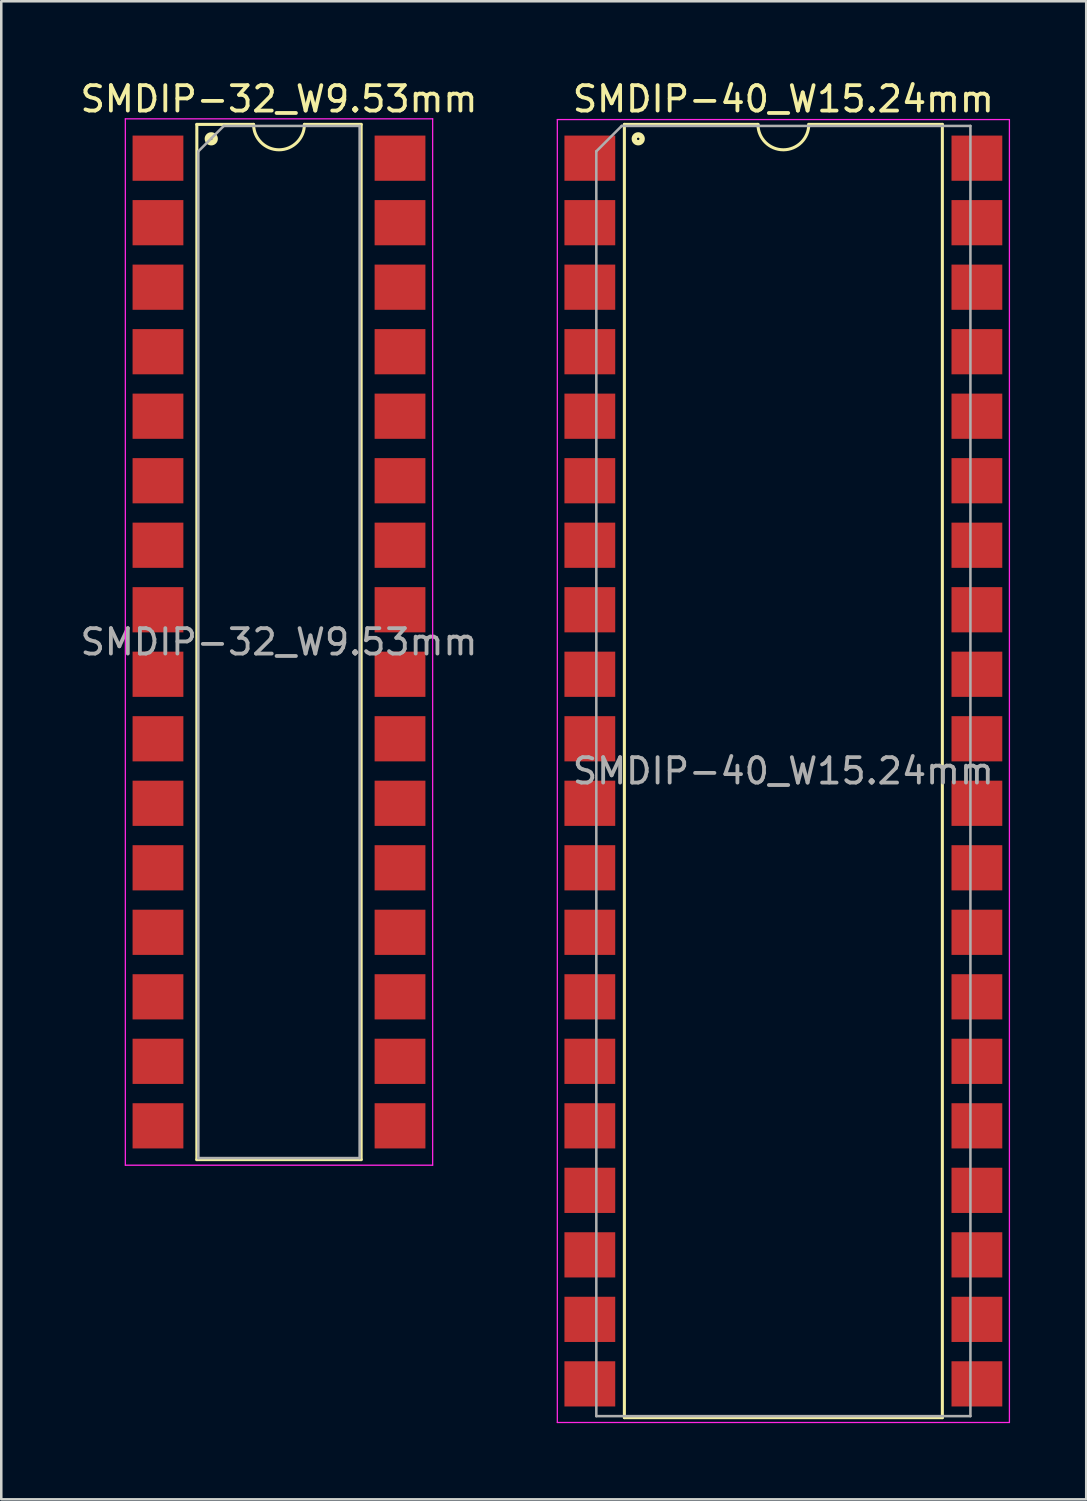
<source format=kicad_pcb>
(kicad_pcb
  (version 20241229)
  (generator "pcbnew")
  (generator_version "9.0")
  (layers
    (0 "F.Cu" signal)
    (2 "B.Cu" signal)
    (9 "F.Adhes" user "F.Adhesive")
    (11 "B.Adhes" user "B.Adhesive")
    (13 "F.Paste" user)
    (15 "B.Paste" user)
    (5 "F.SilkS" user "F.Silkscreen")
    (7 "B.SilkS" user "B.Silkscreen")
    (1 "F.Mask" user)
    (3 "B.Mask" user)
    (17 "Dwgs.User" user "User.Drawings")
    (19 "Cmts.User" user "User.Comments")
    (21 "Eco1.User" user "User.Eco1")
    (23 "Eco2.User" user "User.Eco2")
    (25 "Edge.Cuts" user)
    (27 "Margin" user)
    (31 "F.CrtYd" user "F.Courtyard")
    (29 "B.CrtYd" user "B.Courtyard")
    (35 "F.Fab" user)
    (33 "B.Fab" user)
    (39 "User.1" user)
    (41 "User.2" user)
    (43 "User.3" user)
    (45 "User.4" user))
  (footprint "SMDIP-40_W15.24mm"
    (layer "F.Cu")
    (at 27.794 27.308)
    (property "Reference" "SMDIP-40_W15.24mm" (at 0 -26.46 0) (layer "F.SilkS") (effects (font (size 1 1) (thickness 0.15))))
    (attr smd)
    (fp_line (start -6.26 -25.46) (end -6.26 25.46) (stroke (width 0.12) (type solid)) (layer "F.SilkS"))
    (fp_line (start -6.26 25.46) (end 6.26 25.46) (stroke (width 0.12) (type solid)) (layer "F.SilkS"))
    (fp_line (start -1 -25.46) (end -6.26 -25.46) (stroke (width 0.12) (type solid)) (layer "F.SilkS"))
    (fp_line (start 6.26 -25.46) (end 1 -25.46) (stroke (width 0.12) (type solid)) (layer "F.SilkS"))
    (fp_line (start 6.26 25.46) (end 6.26 -25.46) (stroke (width 0.12) (type solid)) (layer "F.SilkS"))
    (fp_arc (start 1 -25.46) (mid 0 -24.46) (end -1 -25.46) (stroke (width 0.12) (type solid)) (layer "F.SilkS"))
    (fp_circle (center -5.715 -24.892) (end -5.665 -24.892) (stroke (width 0.12) (type solid)) (fill no) (layer "F.SilkS"))
    (fp_circle (center -5.715 -24.892) (end -5.59 -24.892) (stroke (width 0.12) (type solid)) (fill no) (layer "F.SilkS"))
    (fp_circle (center -5.715 -24.892) (end -5.515 -24.892) (stroke (width 0.12) (type solid)) (fill no) (layer "F.SilkS"))
    (fp_line (start -8.9 -25.65) (end -8.9 25.65) (stroke (width 0.05) (type solid)) (layer "F.CrtYd"))
    (fp_line (start -8.9 25.65) (end 8.9 25.65) (stroke (width 0.05) (type solid)) (layer "F.CrtYd"))
    (fp_line (start 8.9 -25.65) (end -8.9 -25.65) (stroke (width 0.05) (type solid)) (layer "F.CrtYd"))
    (fp_line (start 8.9 25.65) (end 8.9 -25.65) (stroke (width 0.05) (type solid)) (layer "F.CrtYd"))
    (fp_line (start -7.365 -24.4) (end -6.365 -25.4) (stroke (width 0.1) (type solid)) (layer "F.Fab"))
    (fp_line (start -7.365 25.4) (end -7.365 -24.4) (stroke (width 0.1) (type solid)) (layer "F.Fab"))
    (fp_line (start -6.365 -25.4) (end 7.365 -25.4) (stroke (width 0.1) (type solid)) (layer "F.Fab"))
    (fp_line (start 7.365 -25.4) (end 7.365 25.4) (stroke (width 0.1) (type solid)) (layer "F.Fab"))
    (fp_line (start 7.365 25.4) (end -7.365 25.4) (stroke (width 0.1) (type solid)) (layer "F.Fab"))
    (fp_text user "${REFERENCE}" (at 0 0 0) (layer "F.Fab") (effects (font (size 1 1) (thickness 0.15))))
    (pad "1" smd rect (at -7.62 -24.13) (size 2 1.78) (layers "F.Cu" "F.Mask" "F.Paste"))
    (pad "2" smd rect (at -7.62 -21.59) (size 2 1.78) (layers "F.Cu" "F.Mask" "F.Paste"))
    (pad "3" smd rect (at -7.62 -19.05) (size 2 1.78) (layers "F.Cu" "F.Mask" "F.Paste"))
    (pad "4" smd rect (at -7.62 -16.51) (size 2 1.78) (layers "F.Cu" "F.Mask" "F.Paste"))
    (pad "5" smd rect (at -7.62 -13.97) (size 2 1.78) (layers "F.Cu" "F.Mask" "F.Paste"))
    (pad "6" smd rect (at -7.62 -11.43) (size 2 1.78) (layers "F.Cu" "F.Mask" "F.Paste"))
    (pad "7" smd rect (at -7.62 -8.89) (size 2 1.78) (layers "F.Cu" "F.Mask" "F.Paste"))
    (pad "8" smd rect (at -7.62 -6.35) (size 2 1.78) (layers "F.Cu" "F.Mask" "F.Paste"))
    (pad "9" smd rect (at -7.62 -3.81) (size 2 1.78) (layers "F.Cu" "F.Mask" "F.Paste"))
    (pad "10" smd rect (at -7.62 -1.27) (size 2 1.78) (layers "F.Cu" "F.Mask" "F.Paste"))
    (pad "11" smd rect (at -7.62 1.27) (size 2 1.78) (layers "F.Cu" "F.Mask" "F.Paste"))
    (pad "12" smd rect (at -7.62 3.81) (size 2 1.78) (layers "F.Cu" "F.Mask" "F.Paste"))
    (pad "13" smd rect (at -7.62 6.35) (size 2 1.78) (layers "F.Cu" "F.Mask" "F.Paste"))
    (pad "14" smd rect (at -7.62 8.89) (size 2 1.78) (layers "F.Cu" "F.Mask" "F.Paste"))
    (pad "15" smd rect (at -7.62 11.43) (size 2 1.78) (layers "F.Cu" "F.Mask" "F.Paste"))
    (pad "16" smd rect (at -7.62 13.97) (size 2 1.78) (layers "F.Cu" "F.Mask" "F.Paste"))
    (pad "17" smd rect (at -7.62 16.51) (size 2 1.78) (layers "F.Cu" "F.Mask" "F.Paste"))
    (pad "18" smd rect (at -7.62 19.05) (size 2 1.78) (layers "F.Cu" "F.Mask" "F.Paste"))
    (pad "19" smd rect (at -7.62 21.59) (size 2 1.78) (layers "F.Cu" "F.Mask" "F.Paste"))
    (pad "20" smd rect (at -7.62 24.13) (size 2 1.78) (layers "F.Cu" "F.Mask" "F.Paste"))
    (pad "21" smd rect (at 7.62 24.13) (size 2 1.78) (layers "F.Cu" "F.Mask" "F.Paste"))
    (pad "22" smd rect (at 7.62 21.59) (size 2 1.78) (layers "F.Cu" "F.Mask" "F.Paste"))
    (pad "23" smd rect (at 7.62 19.05) (size 2 1.78) (layers "F.Cu" "F.Mask" "F.Paste"))
    (pad "24" smd rect (at 7.62 16.51) (size 2 1.78) (layers "F.Cu" "F.Mask" "F.Paste"))
    (pad "25" smd rect (at 7.62 13.97) (size 2 1.78) (layers "F.Cu" "F.Mask" "F.Paste"))
    (pad "26" smd rect (at 7.62 11.43) (size 2 1.78) (layers "F.Cu" "F.Mask" "F.Paste"))
    (pad "27" smd rect (at 7.62 8.89) (size 2 1.78) (layers "F.Cu" "F.Mask" "F.Paste"))
    (pad "28" smd rect (at 7.62 6.35) (size 2 1.78) (layers "F.Cu" "F.Mask" "F.Paste"))
    (pad "29" smd rect (at 7.62 3.81) (size 2 1.78) (layers "F.Cu" "F.Mask" "F.Paste"))
    (pad "30" smd rect (at 7.62 1.27) (size 2 1.78) (layers "F.Cu" "F.Mask" "F.Paste"))
    (pad "31" smd rect (at 7.62 -1.27) (size 2 1.78) (layers "F.Cu" "F.Mask" "F.Paste"))
    (pad "32" smd rect (at 7.62 -3.81) (size 2 1.78) (layers "F.Cu" "F.Mask" "F.Paste"))
    (pad "33" smd rect (at 7.62 -6.35) (size 2 1.78) (layers "F.Cu" "F.Mask" "F.Paste"))
    (pad "34" smd rect (at 7.62 -8.89) (size 2 1.78) (layers "F.Cu" "F.Mask" "F.Paste"))
    (pad "35" smd rect (at 7.62 -11.43) (size 2 1.78) (layers "F.Cu" "F.Mask" "F.Paste"))
    (pad "36" smd rect (at 7.62 -13.97) (size 2 1.78) (layers "F.Cu" "F.Mask" "F.Paste"))
    (pad "37" smd rect (at 7.62 -16.51) (size 2 1.78) (layers "F.Cu" "F.Mask" "F.Paste"))
    (pad "38" smd rect (at 7.62 -19.05) (size 2 1.78) (layers "F.Cu" "F.Mask" "F.Paste"))
    (pad "39" smd rect (at 7.62 -21.59) (size 2 1.78) (layers "F.Cu" "F.Mask" "F.Paste"))
    (pad "40" smd rect (at 7.62 -24.13) (size 2 1.78) (layers "F.Cu" "F.Mask" "F.Paste")))
  (footprint "SMDIP-32_W9.53mm"
    (layer "F.Cu")
    (at 7.935 22.228)
    (property "Reference" "SMDIP-32_W9.53mm" (at 0 -21.38 0) (layer "F.SilkS") (effects (font (size 1 1) (thickness 0.15))))
    (attr smd)
    (fp_line (start -3.235 -20.38) (end -3.235 20.38) (stroke (width 0.12) (type solid)) (layer "F.SilkS"))
    (fp_line (start -3.235 20.38) (end 3.235 20.38) (stroke (width 0.12) (type solid)) (layer "F.SilkS"))
    (fp_line (start -1 -20.38) (end -3.235 -20.38) (stroke (width 0.12) (type solid)) (layer "F.SilkS"))
    (fp_line (start 3.235 -20.38) (end 1 -20.38) (stroke (width 0.12) (type solid)) (layer "F.SilkS"))
    (fp_line (start 3.235 20.38) (end 3.235 -20.38) (stroke (width 0.12) (type solid)) (layer "F.SilkS"))
    (fp_arc (start 1 -20.38) (mid 0 -19.38) (end -1 -20.38) (stroke (width 0.12) (type solid)) (layer "F.SilkS"))
    (fp_circle (center -2.667 -19.812) (end -2.617 -19.812) (stroke (width 0.12) (type solid)) (fill no) (layer "F.SilkS"))
    (fp_circle (center -2.667 -19.812) (end -2.542 -19.812) (stroke (width 0.12) (type solid)) (fill no) (layer "F.SilkS"))
    (fp_circle (center -2.667 -19.812) (end -2.467 -19.812) (stroke (width 0.12) (type solid)) (fill no) (layer "F.SilkS"))
    (fp_line (start -6.05 -20.6) (end -6.05 20.6) (stroke (width 0.05) (type solid)) (layer "F.CrtYd"))
    (fp_line (start -6.05 20.6) (end 6.05 20.6) (stroke (width 0.05) (type solid)) (layer "F.CrtYd"))
    (fp_line (start 6.05 -20.6) (end -6.05 -20.6) (stroke (width 0.05) (type solid)) (layer "F.CrtYd"))
    (fp_line (start 6.05 20.6) (end 6.05 -20.6) (stroke (width 0.05) (type solid)) (layer "F.CrtYd"))
    (fp_line (start -3.175 -19.32) (end -2.175 -20.32) (stroke (width 0.1) (type solid)) (layer "F.Fab"))
    (fp_line (start -3.175 20.32) (end -3.175 -19.32) (stroke (width 0.1) (type solid)) (layer "F.Fab"))
    (fp_line (start -2.175 -20.32) (end 3.175 -20.32) (stroke (width 0.1) (type solid)) (layer "F.Fab"))
    (fp_line (start 3.175 -20.32) (end 3.175 20.32) (stroke (width 0.1) (type solid)) (layer "F.Fab"))
    (fp_line (start 3.175 20.32) (end -3.175 20.32) (stroke (width 0.1) (type solid)) (layer "F.Fab"))
    (fp_text user "${REFERENCE}" (at 0 0 0) (layer "F.Fab") (effects (font (size 1 1) (thickness 0.15))))
    (pad "1" smd rect (at -4.765 -19.05) (size 2 1.78) (layers "F.Cu" "F.Mask" "F.Paste"))
    (pad "2" smd rect (at -4.765 -16.51) (size 2 1.78) (layers "F.Cu" "F.Mask" "F.Paste"))
    (pad "3" smd rect (at -4.765 -13.97) (size 2 1.78) (layers "F.Cu" "F.Mask" "F.Paste"))
    (pad "4" smd rect (at -4.765 -11.43) (size 2 1.78) (layers "F.Cu" "F.Mask" "F.Paste"))
    (pad "5" smd rect (at -4.765 -8.89) (size 2 1.78) (layers "F.Cu" "F.Mask" "F.Paste"))
    (pad "6" smd rect (at -4.765 -6.35) (size 2 1.78) (layers "F.Cu" "F.Mask" "F.Paste"))
    (pad "7" smd rect (at -4.765 -3.81) (size 2 1.78) (layers "F.Cu" "F.Mask" "F.Paste"))
    (pad "8" smd rect (at -4.765 -1.27) (size 2 1.78) (layers "F.Cu" "F.Mask" "F.Paste"))
    (pad "9" smd rect (at -4.765 1.27) (size 2 1.78) (layers "F.Cu" "F.Mask" "F.Paste"))
    (pad "10" smd rect (at -4.765 3.81) (size 2 1.78) (layers "F.Cu" "F.Mask" "F.Paste"))
    (pad "11" smd rect (at -4.765 6.35) (size 2 1.78) (layers "F.Cu" "F.Mask" "F.Paste"))
    (pad "12" smd rect (at -4.765 8.89) (size 2 1.78) (layers "F.Cu" "F.Mask" "F.Paste"))
    (pad "13" smd rect (at -4.765 11.43) (size 2 1.78) (layers "F.Cu" "F.Mask" "F.Paste"))
    (pad "14" smd rect (at -4.765 13.97) (size 2 1.78) (layers "F.Cu" "F.Mask" "F.Paste"))
    (pad "15" smd rect (at -4.765 16.51) (size 2 1.78) (layers "F.Cu" "F.Mask" "F.Paste"))
    (pad "16" smd rect (at -4.765 19.05) (size 2 1.78) (layers "F.Cu" "F.Mask" "F.Paste"))
    (pad "17" smd rect (at 4.765 19.05) (size 2 1.78) (layers "F.Cu" "F.Mask" "F.Paste"))
    (pad "18" smd rect (at 4.765 16.51) (size 2 1.78) (layers "F.Cu" "F.Mask" "F.Paste"))
    (pad "19" smd rect (at 4.765 13.97) (size 2 1.78) (layers "F.Cu" "F.Mask" "F.Paste"))
    (pad "20" smd rect (at 4.765 11.43) (size 2 1.78) (layers "F.Cu" "F.Mask" "F.Paste"))
    (pad "21" smd rect (at 4.765 8.89) (size 2 1.78) (layers "F.Cu" "F.Mask" "F.Paste"))
    (pad "22" smd rect (at 4.765 6.35) (size 2 1.78) (layers "F.Cu" "F.Mask" "F.Paste"))
    (pad "23" smd rect (at 4.765 3.81) (size 2 1.78) (layers "F.Cu" "F.Mask" "F.Paste"))
    (pad "24" smd rect (at 4.765 1.27) (size 2 1.78) (layers "F.Cu" "F.Mask" "F.Paste"))
    (pad "25" smd rect (at 4.765 -1.27) (size 2 1.78) (layers "F.Cu" "F.Mask" "F.Paste"))
    (pad "26" smd rect (at 4.765 -3.81) (size 2 1.78) (layers "F.Cu" "F.Mask" "F.Paste"))
    (pad "27" smd rect (at 4.765 -6.35) (size 2 1.78) (layers "F.Cu" "F.Mask" "F.Paste"))
    (pad "28" smd rect (at 4.765 -8.89) (size 2 1.78) (layers "F.Cu" "F.Mask" "F.Paste"))
    (pad "29" smd rect (at 4.765 -11.43) (size 2 1.78) (layers "F.Cu" "F.Mask" "F.Paste"))
    (pad "30" smd rect (at 4.765 -13.97) (size 2 1.78) (layers "F.Cu" "F.Mask" "F.Paste"))
    (pad "31" smd rect (at 4.765 -16.51) (size 2 1.78) (layers "F.Cu" "F.Mask" "F.Paste"))
    (pad "32" smd rect (at 4.765 -19.05) (size 2 1.78) (layers "F.Cu" "F.Mask" "F.Paste")))
  (gr_rect
    (start -3 -3)
    (end 39.719 55.983)
    (stroke (width 0.1) (type default))
    (fill no)
    (layer "Edge.Cuts")))
</source>
